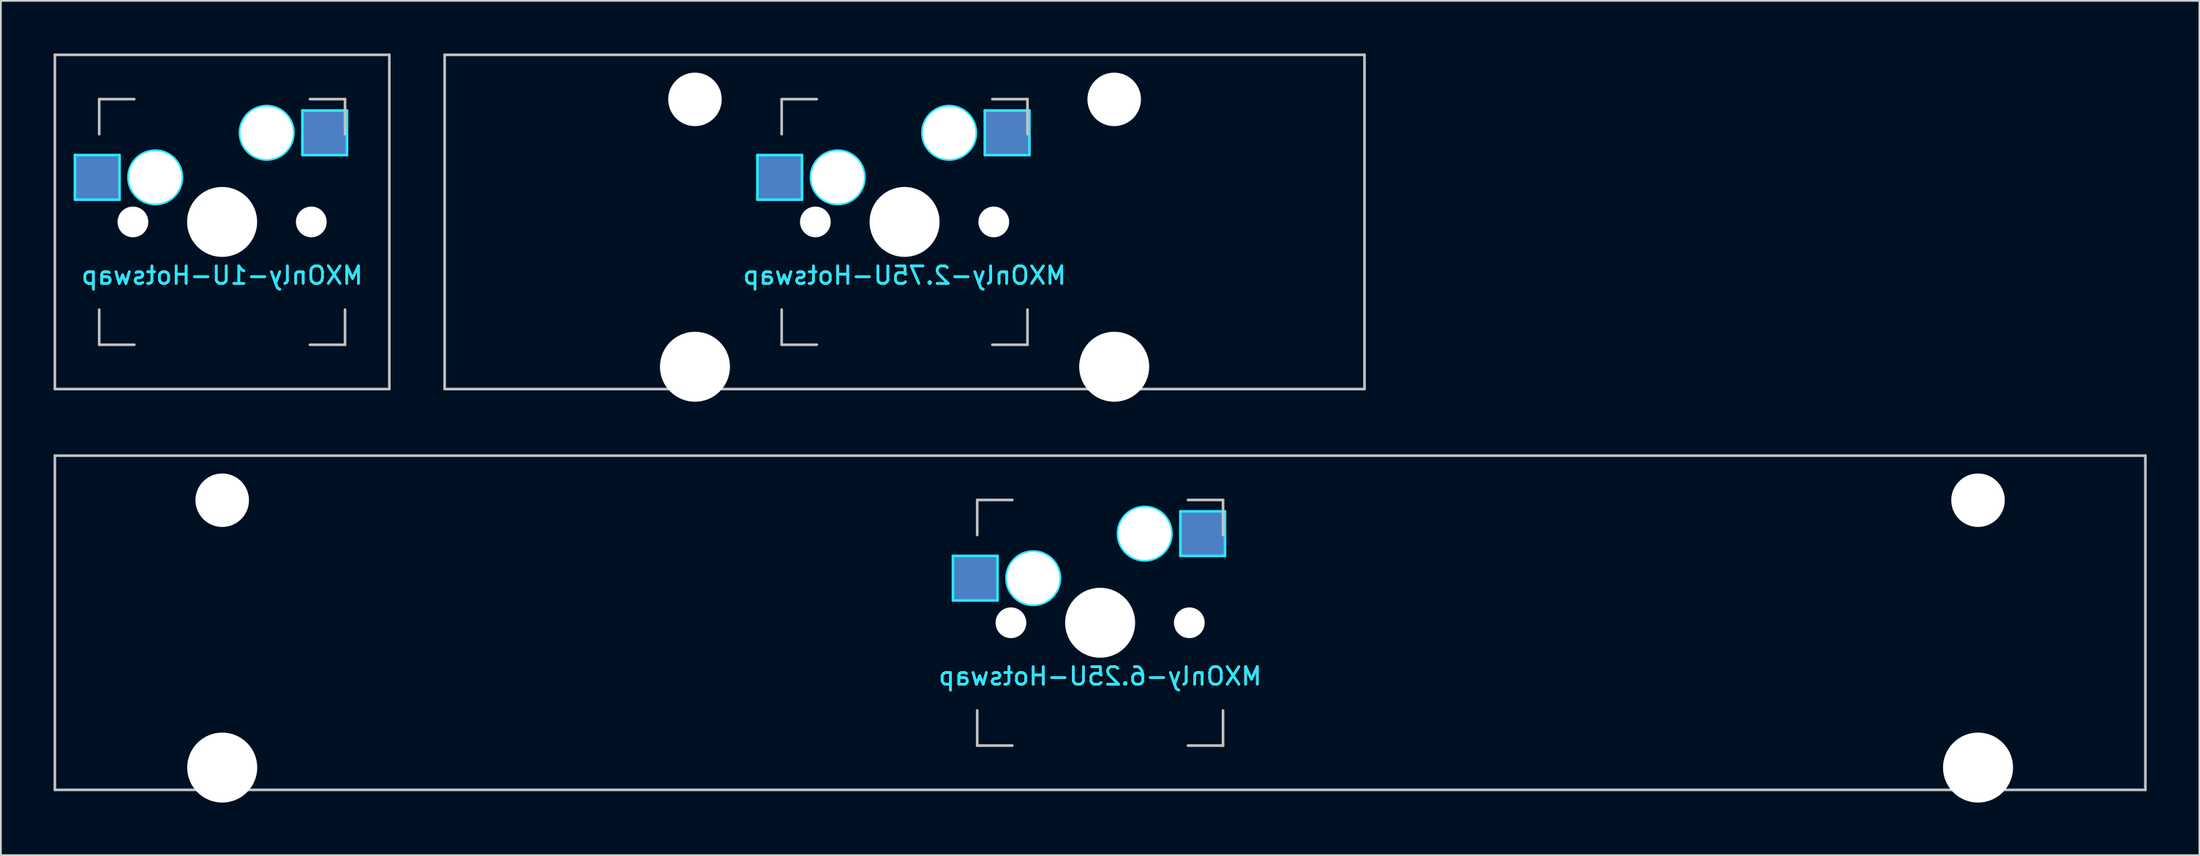
<source format=kicad_pcb>
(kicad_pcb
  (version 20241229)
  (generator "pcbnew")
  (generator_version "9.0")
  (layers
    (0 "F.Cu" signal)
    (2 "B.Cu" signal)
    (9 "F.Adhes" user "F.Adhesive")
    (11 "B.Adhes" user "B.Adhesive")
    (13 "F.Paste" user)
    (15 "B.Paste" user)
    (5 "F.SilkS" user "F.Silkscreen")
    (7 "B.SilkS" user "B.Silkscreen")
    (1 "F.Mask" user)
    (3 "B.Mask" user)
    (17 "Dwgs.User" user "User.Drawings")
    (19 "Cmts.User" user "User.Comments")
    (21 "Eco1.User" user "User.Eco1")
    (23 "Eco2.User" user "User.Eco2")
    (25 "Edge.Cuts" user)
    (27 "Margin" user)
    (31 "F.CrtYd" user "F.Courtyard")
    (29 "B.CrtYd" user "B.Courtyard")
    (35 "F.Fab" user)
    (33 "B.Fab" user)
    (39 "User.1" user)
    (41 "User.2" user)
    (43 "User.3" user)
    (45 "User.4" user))
  (footprint "MXOnly-1U-Hotswap"
    (layer "F.Cu")
    (at 9.6 9.6)
    (property "Reference" "MXOnly-1U-Hotswap" (at 0 3.048 0) (layer "B.CrtYd") (effects (font (size 1 1) (thickness 0.15)) (justify mirror)))
    (attr smd)
    (fp_line (start -9.525 -9.525) (end 9.525 -9.525) (stroke (width 0.15) (type solid)) (layer "Dwgs.User"))
    (fp_line (start -9.525 9.525) (end -9.525 -9.525) (stroke (width 0.15) (type solid)) (layer "Dwgs.User"))
    (fp_line (start -7 -7) (end -7 -5) (stroke (width 0.15) (type solid)) (layer "Dwgs.User"))
    (fp_line (start -7 5) (end -7 7) (stroke (width 0.15) (type solid)) (layer "Dwgs.User"))
    (fp_line (start -7 7) (end -5 7) (stroke (width 0.15) (type solid)) (layer "Dwgs.User"))
    (fp_line (start -5 -7) (end -7 -7) (stroke (width 0.15) (type solid)) (layer "Dwgs.User"))
    (fp_line (start 5 -7) (end 7 -7) (stroke (width 0.15) (type solid)) (layer "Dwgs.User"))
    (fp_line (start 5 7) (end 7 7) (stroke (width 0.15) (type solid)) (layer "Dwgs.User"))
    (fp_line (start 7 -7) (end 7 -5) (stroke (width 0.15) (type solid)) (layer "Dwgs.User"))
    (fp_line (start 7 7) (end 7 5) (stroke (width 0.15) (type solid)) (layer "Dwgs.User"))
    (fp_line (start 9.525 -9.525) (end 9.525 9.525) (stroke (width 0.15) (type solid)) (layer "Dwgs.User"))
    (fp_line (start 9.525 9.525) (end -9.525 9.525) (stroke (width 0.15) (type solid)) (layer "Dwgs.User"))
    (fp_line (start -8.382 -3.81) (end -8.382 -1.27) (stroke (width 0.15) (type solid)) (layer "B.CrtYd"))
    (fp_line (start -8.382 -1.27) (end -5.842 -1.27) (stroke (width 0.15) (type solid)) (layer "B.CrtYd"))
    (fp_line (start -5.842 -3.81) (end -8.382 -3.81) (stroke (width 0.15) (type solid)) (layer "B.CrtYd"))
    (fp_line (start -5.842 -1.27) (end -5.842 -3.81) (stroke (width 0.15) (type solid)) (layer "B.CrtYd"))
    (fp_line (start 4.572 -6.35) (end 7.112 -6.35) (stroke (width 0.15) (type solid)) (layer "B.CrtYd"))
    (fp_line (start 4.572 -3.81) (end 4.572 -6.35) (stroke (width 0.15) (type solid)) (layer "B.CrtYd"))
    (fp_line (start 7.112 -6.35) (end 7.112 -3.81) (stroke (width 0.15) (type solid)) (layer "B.CrtYd"))
    (fp_line (start 7.112 -3.81) (end 4.572 -3.81) (stroke (width 0.15) (type solid)) (layer "B.CrtYd"))
    (fp_circle (center -3.81 -2.54) (end -3.81 -4.064) (stroke (width 0.15) (type solid)) (fill no) (layer "B.CrtYd"))
    (fp_circle (center 2.54 -5.08) (end 2.54 -6.604) (stroke (width 0.15) (type solid)) (fill no) (layer "B.CrtYd"))
    (fp_text user "${REFERENCE}" (at 0 3.048 0) (layer "B.SilkS") (effects (font (size 1 1) (thickness 0.15)) (justify mirror)))
    (pad "" np_thru_hole circle (at -5.08 0 48.1) (size 1.75 1.75) (drill 1.75) (layers "*.Cu" "*.Mask"))
    (pad "" np_thru_hole circle (at -3.81 -2.54) (size 3 3) (drill 3) (layers "*.Cu" "*.Mask"))
    (pad "" np_thru_hole circle (at 0 0) (size 3.988 3.988) (drill 3.988) (layers "*.Cu" "*.Mask"))
    (pad "" np_thru_hole circle (at 2.54 -5.08) (size 3 3) (drill 3) (layers "*.Cu" "*.Mask"))
    (pad "" np_thru_hole circle (at 5.08 0 48.1) (size 1.75 1.75) (drill 1.75) (layers "*.Cu" "*.Mask"))
    (pad "1" smd rect (at -7.085 -2.54) (size 2.55 2.5) (layers "B.Cu" "B.Mask" "B.Paste"))
    (pad "2" smd rect (at 5.842 -5.08) (size 2.55 2.5) (layers "B.Cu" "B.Mask" "B.Paste")))
  (footprint "MXOnly-6.25U-Hotswap"
    (layer "F.Cu")
    (at 59.606 32.449)
    (property "Reference" "MXOnly-6.25U-Hotswap" (at 0 3.048 0) (layer "B.CrtYd") (effects (font (size 1 1) (thickness 0.15)) (justify mirror)))
    (attr smd)
    (fp_line (start -59.531 -9.525) (end 59.531 -9.525) (stroke (width 0.15) (type solid)) (layer "Dwgs.User"))
    (fp_line (start -59.531 9.525) (end -59.531 -9.525) (stroke (width 0.15) (type solid)) (layer "Dwgs.User"))
    (fp_line (start -7 -7) (end -7 -5) (stroke (width 0.15) (type solid)) (layer "Dwgs.User"))
    (fp_line (start -7 5) (end -7 7) (stroke (width 0.15) (type solid)) (layer "Dwgs.User"))
    (fp_line (start -7 7) (end -5 7) (stroke (width 0.15) (type solid)) (layer "Dwgs.User"))
    (fp_line (start -5 -7) (end -7 -7) (stroke (width 0.15) (type solid)) (layer "Dwgs.User"))
    (fp_line (start 5 -7) (end 7 -7) (stroke (width 0.15) (type solid)) (layer "Dwgs.User"))
    (fp_line (start 5 7) (end 7 7) (stroke (width 0.15) (type solid)) (layer "Dwgs.User"))
    (fp_line (start 7 -7) (end 7 -5) (stroke (width 0.15) (type solid)) (layer "Dwgs.User"))
    (fp_line (start 7 7) (end 7 5) (stroke (width 0.15) (type solid)) (layer "Dwgs.User"))
    (fp_line (start 59.531 -9.525) (end 59.531 9.525) (stroke (width 0.15) (type solid)) (layer "Dwgs.User"))
    (fp_line (start 59.531 9.525) (end -59.531 9.525) (stroke (width 0.15) (type solid)) (layer "Dwgs.User"))
    (fp_line (start -8.382 -3.81) (end -5.842 -3.81) (stroke (width 0.15) (type solid)) (layer "B.CrtYd"))
    (fp_line (start -8.382 -1.27) (end -8.382 -3.81) (stroke (width 0.15) (type solid)) (layer "B.CrtYd"))
    (fp_line (start -5.842 -3.81) (end -5.842 -1.27) (stroke (width 0.15) (type solid)) (layer "B.CrtYd"))
    (fp_line (start -5.842 -1.27) (end -8.382 -1.27) (stroke (width 0.15) (type solid)) (layer "B.CrtYd"))
    (fp_line (start 4.572 -6.35) (end 7.112 -6.35) (stroke (width 0.15) (type solid)) (layer "B.CrtYd"))
    (fp_line (start 4.572 -3.81) (end 4.572 -6.35) (stroke (width 0.15) (type solid)) (layer "B.CrtYd"))
    (fp_line (start 7.112 -6.35) (end 7.112 -3.81) (stroke (width 0.15) (type solid)) (layer "B.CrtYd"))
    (fp_line (start 7.112 -3.81) (end 4.572 -3.81) (stroke (width 0.15) (type solid)) (layer "B.CrtYd"))
    (fp_circle (center -3.81 -2.54) (end -3.81 -4.064) (stroke (width 0.15) (type solid)) (fill no) (layer "B.CrtYd"))
    (fp_circle (center 2.54 -5.08) (end 2.54 -6.604) (stroke (width 0.15) (type solid)) (fill no) (layer "B.CrtYd"))
    (fp_text user "${REFERENCE}" (at 0 3.048 0) (layer "B.SilkS") (effects (font (size 1 1) (thickness 0.15)) (justify mirror)))
    (pad "" np_thru_hole circle (at -50 -6.985) (size 3.048 3.048) (drill 3.048) (layers "*.Cu" "*.Mask"))
    (pad "" np_thru_hole circle (at -50 8.255) (size 3.988 3.988) (drill 3.988) (layers "*.Cu" "*.Mask"))
    (pad "" np_thru_hole circle (at -5.08 0 48.1) (size 1.75 1.75) (drill 1.75) (layers "*.Cu" "*.Mask"))
    (pad "" np_thru_hole circle (at -3.81 -2.54) (size 3 3) (drill 3) (layers "*.Cu" "*.Mask"))
    (pad "" np_thru_hole circle (at 0 0) (size 3.988 3.988) (drill 3.988) (layers "*.Cu" "*.Mask"))
    (pad "" np_thru_hole circle (at 2.54 -5.08) (size 3 3) (drill 3) (layers "*.Cu" "*.Mask"))
    (pad "" np_thru_hole circle (at 5.08 0 48.1) (size 1.75 1.75) (drill 1.75) (layers "*.Cu" "*.Mask"))
    (pad "" np_thru_hole circle (at 50 -6.985) (size 3.048 3.048) (drill 3.048) (layers "*.Cu" "*.Mask"))
    (pad "" np_thru_hole circle (at 50 8.255) (size 3.988 3.988) (drill 3.988) (layers "*.Cu" "*.Mask"))
    (pad "1" smd rect (at -7.085 -2.54) (size 2.55 2.5) (layers "B.Cu" "B.Mask" "B.Paste"))
    (pad "2" smd rect (at 5.842 -5.08) (size 2.55 2.5) (layers "B.Cu" "B.Mask" "B.Paste")))
  (footprint "MXOnly-2.75U-Hotswap"
    (layer "F.Cu")
    (at 48.469 9.6)
    (property "Reference" "MXOnly-2.75U-Hotswap" (at 0 3.048 0) (layer "B.CrtYd") (effects (font (size 1 1) (thickness 0.15)) (justify mirror)))
    (attr smd)
    (fp_line (start -26.194 -9.525) (end 26.194 -9.525) (stroke (width 0.15) (type solid)) (layer "Dwgs.User"))
    (fp_line (start -26.194 9.525) (end -26.194 -9.525) (stroke (width 0.15) (type solid)) (layer "Dwgs.User"))
    (fp_line (start -7 -7) (end -7 -5) (stroke (width 0.15) (type solid)) (layer "Dwgs.User"))
    (fp_line (start -7 5) (end -7 7) (stroke (width 0.15) (type solid)) (layer "Dwgs.User"))
    (fp_line (start -7 7) (end -5 7) (stroke (width 0.15) (type solid)) (layer "Dwgs.User"))
    (fp_line (start -5 -7) (end -7 -7) (stroke (width 0.15) (type solid)) (layer "Dwgs.User"))
    (fp_line (start 5 -7) (end 7 -7) (stroke (width 0.15) (type solid)) (layer "Dwgs.User"))
    (fp_line (start 5 7) (end 7 7) (stroke (width 0.15) (type solid)) (layer "Dwgs.User"))
    (fp_line (start 7 -7) (end 7 -5) (stroke (width 0.15) (type solid)) (layer "Dwgs.User"))
    (fp_line (start 7 7) (end 7 5) (stroke (width 0.15) (type solid)) (layer "Dwgs.User"))
    (fp_line (start 26.194 -9.525) (end 26.194 9.525) (stroke (width 0.15) (type solid)) (layer "Dwgs.User"))
    (fp_line (start 26.194 9.525) (end -26.194 9.525) (stroke (width 0.15) (type solid)) (layer "Dwgs.User"))
    (fp_line (start -8.382 -3.81) (end -5.842 -3.81) (stroke (width 0.15) (type solid)) (layer "B.CrtYd"))
    (fp_line (start -8.382 -1.27) (end -8.382 -3.81) (stroke (width 0.15) (type solid)) (layer "B.CrtYd"))
    (fp_line (start -5.842 -3.81) (end -5.842 -1.27) (stroke (width 0.15) (type solid)) (layer "B.CrtYd"))
    (fp_line (start -5.842 -1.27) (end -8.382 -1.27) (stroke (width 0.15) (type solid)) (layer "B.CrtYd"))
    (fp_line (start 4.572 -6.35) (end 7.112 -6.35) (stroke (width 0.15) (type solid)) (layer "B.CrtYd"))
    (fp_line (start 4.572 -3.81) (end 4.572 -6.35) (stroke (width 0.15) (type solid)) (layer "B.CrtYd"))
    (fp_line (start 7.112 -6.35) (end 7.112 -3.81) (stroke (width 0.15) (type solid)) (layer "B.CrtYd"))
    (fp_line (start 7.112 -3.81) (end 4.572 -3.81) (stroke (width 0.15) (type solid)) (layer "B.CrtYd"))
    (fp_circle (center -3.81 -2.54) (end -3.81 -4.064) (stroke (width 0.15) (type solid)) (fill no) (layer "B.CrtYd"))
    (fp_circle (center 2.54 -5.08) (end 2.54 -6.604) (stroke (width 0.15) (type solid)) (fill no) (layer "B.CrtYd"))
    (fp_text user "${REFERENCE}" (at 0 3.048 0) (layer "B.SilkS") (effects (font (size 1 1) (thickness 0.15)) (justify mirror)))
    (pad "" np_thru_hole circle (at -11.938 -6.985) (size 3.048 3.048) (drill 3.048) (layers "*.Cu" "*.Mask"))
    (pad "" np_thru_hole circle (at -11.938 8.255) (size 3.988 3.988) (drill 3.988) (layers "*.Cu" "*.Mask"))
    (pad "" np_thru_hole circle (at -5.08 0 48.1) (size 1.75 1.75) (drill 1.75) (layers "*.Cu" "*.Mask"))
    (pad "" np_thru_hole circle (at -3.81 -2.54) (size 3 3) (drill 3) (layers "*.Cu" "*.Mask"))
    (pad "" np_thru_hole circle (at 0 0) (size 3.988 3.988) (drill 3.988) (layers "*.Cu" "*.Mask"))
    (pad "" np_thru_hole circle (at 2.54 -5.08) (size 3 3) (drill 3) (layers "*.Cu" "*.Mask"))
    (pad "" np_thru_hole circle (at 5.08 0 48.1) (size 1.75 1.75) (drill 1.75) (layers "*.Cu" "*.Mask"))
    (pad "" np_thru_hole circle (at 11.938 -6.985) (size 3.048 3.048) (drill 3.048) (layers "*.Cu" "*.Mask"))
    (pad "" np_thru_hole circle (at 11.938 8.255) (size 3.988 3.988) (drill 3.988) (layers "*.Cu" "*.Mask"))
    (pad "1" smd rect (at -7.085 -2.54) (size 2.55 2.5) (layers "B.Cu" "B.Mask" "B.Paste"))
    (pad "2" smd rect (at 5.842 -5.08) (size 2.55 2.5) (layers "B.Cu" "B.Mask" "B.Paste")))
  (gr_rect
    (start -3 -3)
    (end 122.213 45.698)
    (stroke (width 0.1) (type default))
    (fill no)
    (layer "Edge.Cuts")))
</source>
